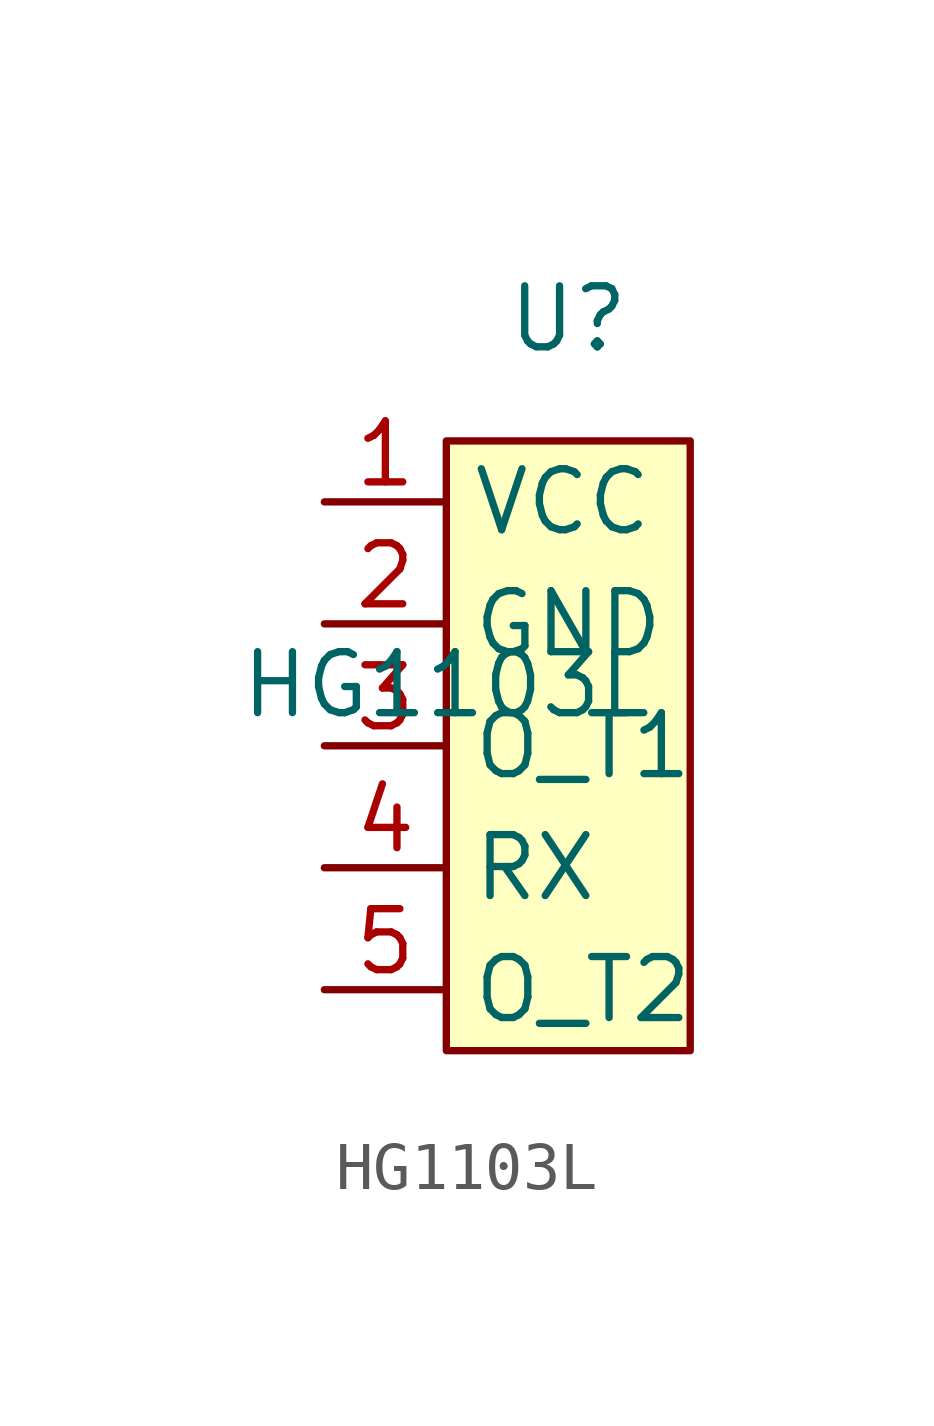
<source format=kicad_sym>
(kicad_symbol_lib
  (version 20220914)
  (generator kicad_symbol_editor)
  (symbol "HG1103L"
    (property "Reference" "U"
      (at 0 6.35 0)
      (effects (font (size 1.27 1.27))))
    (property "Value" "HG1103L"
      (at -2.54 -1.27 0)
      (effects (font (size 1.27 1.27))))
    (symbol "HG1103L_1_1"
      (rectangle (start -2.54 3.81) (end 2.54 -8.89) (stroke (width 0) (type default)) (fill (type background)))
      (pin power_in line (at -5.08 2.54 0) (length 2.54) (name "VCC" (effects (font (size 1.27 1.27)))) (number "1" (effects (font (size 1.27 1.27)))))
      (pin power_in line (at -5.08 0 0) (length 2.54) (name "GND" (effects (font (size 1.27 1.27)))) (number "2" (effects (font (size 1.27 1.27)))))
      (pin bidirectional line (at -5.08 -2.54 0) (length 2.54) (name "O_T1" (effects (font (size 1.27 1.27)))) (number "3" (effects (font (size 1.27 1.27)))))
      (pin bidirectional line (at -5.08 -5.08 0) (length 2.54) (name "RX" (effects (font (size 1.27 1.27)))) (number "4" (effects (font (size 1.27 1.27)))))
      (pin bidirectional line (at -5.08 -7.62 0) (length 2.54) (name "O_T2" (effects (font (size 1.27 1.27)))) (number "5" (effects (font (size 1.27 1.27))))))))
</source>
